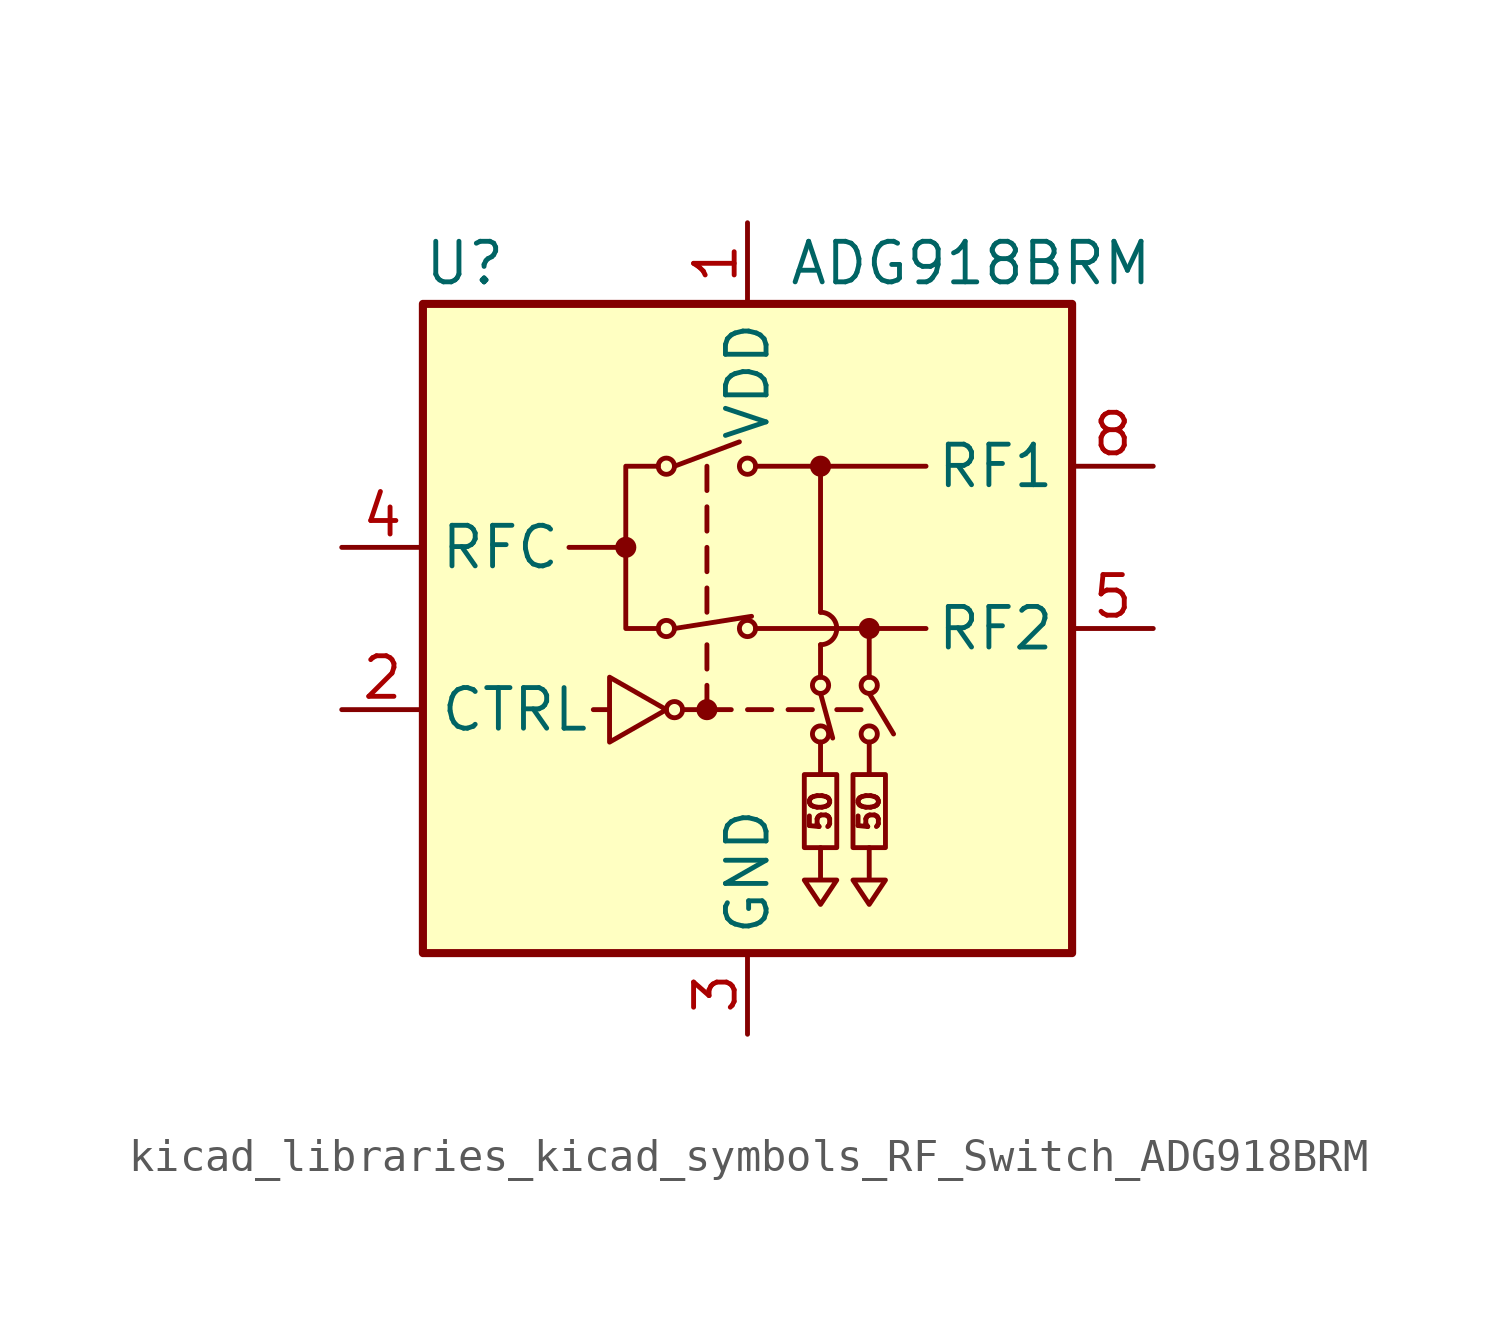
<source format=kicad_sym>
(kicad_symbol_lib
  (version 20220914)
  (generator kicad_symbol_editor)
  (symbol "kicad_libraries_kicad_symbols_RF_Switch_ADG918BRM"
    (property "Reference" "U"
      (at -10.16 11.43 0)
      (effects (font (size 1.27 1.27)) (justify left)))
    (property "Value" "ADG918BRM"
      (at 1.27 11.43 0)
      (effects (font (size 1.27 1.27)) (justify left)))
    (symbol "kicad_libraries_kicad_symbols_RF_Switch_ADG918BRM_0_0"
      (rectangle (start -10.16 10.16) (end 10.16 -10.16) (stroke (width 0.254) (type default)) (fill (type background)))
      (circle (center -3.81 2.54) (radius 0.254) (stroke (width 0) (type default)) (fill (type outline)))
      (circle (center -2.286 -2.54) (radius 0.254) (stroke (width 0) (type default)) (fill (type none)))
      (circle (center -1.27 -2.54) (radius 0.254) (stroke (width 0) (type default)) (fill (type outline)))
      (polyline (pts (xy -4.318 -2.54) (xy -4.826 -2.54)) (stroke (width 0) (type default)) (fill (type none)))
      (polyline (pts (xy -3.81 2.54) (xy -5.588 2.54)) (stroke (width 0) (type default)) (fill (type none)))
      (polyline (pts (xy -1.27 -2.54) (xy -1.27 -1.778)) (stroke (width 0) (type default)) (fill (type none)))
      (polyline (pts (xy -1.27 -1.27) (xy -1.27 -0.508)) (stroke (width 0) (type default)) (fill (type none)))
      (polyline (pts (xy -1.27 1.27) (xy -1.27 0.508)) (stroke (width 0) (type default)) (fill (type none)))
      (polyline (pts (xy -1.27 2.54) (xy -1.27 1.778)) (stroke (width 0) (type default)) (fill (type none)))
      (polyline (pts (xy -1.27 3.81) (xy -1.27 3.048)) (stroke (width 0) (type default)) (fill (type none)))
      (polyline (pts (xy -1.27 5.08) (xy -1.27 4.318)) (stroke (width 0) (type default)) (fill (type none)))
      (polyline (pts (xy -0.508 -2.54) (xy -2.032 -2.54)) (stroke (width 0) (type default)) (fill (type none)))
      (polyline (pts (xy 0 -2.54) (xy 0.762 -2.54)) (stroke (width 0) (type default)) (fill (type none)))
      (polyline (pts (xy 0.254 0) (xy 5.588 0)) (stroke (width 0) (type default)) (fill (type none)))
      (polyline (pts (xy 0.254 5.08) (xy 5.588 5.08)) (stroke (width 0) (type default)) (fill (type none)))
      (polyline (pts (xy 2.032 -2.54) (xy 1.27 -2.54)) (stroke (width 0) (type default)) (fill (type none)))
      (polyline (pts (xy 2.286 0.508) (xy 2.286 5.08)) (stroke (width 0) (type default)) (fill (type none)))
      (polyline (pts (xy 3.556 -2.54) (xy 2.794 -2.54)) (stroke (width 0) (type default)) (fill (type none)))
      (polyline (pts (xy -4.318 -1.524) (xy -4.318 -3.556) (xy -2.54 -2.54) (xy -4.318 -1.524)) (stroke (width 0) (type default)) (fill (type none)))
      (polyline (pts (xy -2.794 0) (xy -3.81 0) (xy -3.81 5.08) (xy -2.794 5.08)) (stroke (width 0) (type default)) (fill (type none)))
      (arc (start 2.286 -0.508) (mid 2.7918 0) (end 2.286 0.508) (stroke (width 0) (type default)) (fill (type none)))
      (text "50" (at 2.286 -5.715 900) (effects (font (size 0.635 0.635))))
      (text "50" (at 3.81 -5.715 900) (effects (font (size 0.635 0.635)))))
    (symbol "kicad_libraries_kicad_symbols_RF_Switch_ADG918BRM_0_1"
      (circle (center -2.54 0) (radius 0.254) (stroke (width 0) (type default)) (fill (type none)))
      (circle (center -2.54 5.08) (radius 0.254) (stroke (width 0) (type default)) (fill (type none)))
      (polyline (pts (xy -2.286 0) (xy 0.127 0.381)) (stroke (width 0) (type default)) (fill (type none)))
      (polyline (pts (xy -2.286 5.08) (xy -0.254 5.842)) (stroke (width 0) (type default)) (fill (type none)))
      (polyline (pts (xy 2.286 -3.556) (xy 2.286 -4.572)) (stroke (width 0) (type default)) (fill (type none)))
      (polyline (pts (xy 2.286 -2.032) (xy 2.667 -3.429)) (stroke (width 0) (type default)) (fill (type none)))
      (polyline (pts (xy 2.286 -0.508) (xy 2.286 -1.524)) (stroke (width 0) (type default)) (fill (type none)))
      (polyline (pts (xy 3.81 -3.556) (xy 3.81 -4.572)) (stroke (width 0) (type default)) (fill (type none)))
      (polyline (pts (xy 3.81 -2.032) (xy 4.572 -3.302)) (stroke (width 0) (type default)) (fill (type none)))
      (polyline (pts (xy 3.81 0) (xy 3.81 -1.524)) (stroke (width 0) (type default)) (fill (type none)))
      (polyline (pts (xy 2.286 -6.858) (xy 2.286 -7.874) (xy 1.778 -7.874) (xy 2.286 -8.636) (xy 2.794 -7.874) (xy 2.286 -7.874)) (stroke (width 0) (type default)) (fill (type none)))
      (polyline (pts (xy 3.81 -6.858) (xy 3.81 -7.874) (xy 3.302 -7.874) (xy 3.81 -8.636) (xy 4.318 -7.874) (xy 3.81 -7.874)) (stroke (width 0) (type default)) (fill (type none)))
      (circle (center 0 0) (radius 0.254) (stroke (width 0) (type default)) (fill (type none)))
      (circle (center 0 5.08) (radius 0.254) (stroke (width 0) (type default)) (fill (type none)))
      (rectangle (start 1.778 -4.572) (end 2.794 -6.858) (stroke (width 0) (type default)) (fill (type none)))
      (circle (center 2.286 -3.302) (radius 0.254) (stroke (width 0) (type default)) (fill (type none)))
      (circle (center 2.286 -1.778) (radius 0.254) (stroke (width 0) (type default)) (fill (type none)))
      (circle (center 2.286 5.08) (radius 0.254) (stroke (width 0) (type default)) (fill (type outline)))
      (rectangle (start 3.302 -4.572) (end 4.318 -6.858) (stroke (width 0) (type default)) (fill (type none)))
      (circle (center 3.81 -3.302) (radius 0.254) (stroke (width 0) (type default)) (fill (type none)))
      (circle (center 3.81 -1.778) (radius 0.254) (stroke (width 0) (type default)) (fill (type none)))
      (circle (center 3.81 0) (radius 0.254) (stroke (width 0) (type default)) (fill (type outline))))
    (symbol "kicad_libraries_kicad_symbols_RF_Switch_ADG918BRM_1_1"
      (pin power_in line (at 0 12.7 270) (length 2.54) (name "VDD" (effects (font (size 1.27 1.27)))) (number "1" (effects (font (size 1.27 1.27)))))
      (pin input line (at -12.7 -2.54 0) (length 2.54) (name "CTRL" (effects (font (size 1.27 1.27)))) (number "2" (effects (font (size 1.27 1.27)))))
      (pin power_in line (at 0 -12.7 90) (length 2.54) (name "GND" (effects (font (size 1.27 1.27)))) (number "3" (effects (font (size 1.27 1.27)))))
      (pin passive line (at -12.7 2.54 0) (length 2.54) (name "RFC" (effects (font (size 1.27 1.27)))) (number "4" (effects (font (size 1.27 1.27)))))
      (pin passive line (at 12.7 0 180) (length 2.54) (name "RF2" (effects (font (size 1.27 1.27)))) (number "5" (effects (font (size 1.27 1.27)))))
      (pin passive line (at 0 -12.7 90) (length 2.54) hide (name "GND" (effects (font (size 1.27 1.27)))) (number "6" (effects (font (size 1.27 1.27)))))
      (pin passive line (at 0 -12.7 90) (length 2.54) hide (name "GND" (effects (font (size 1.27 1.27)))) (number "7" (effects (font (size 1.27 1.27)))))
      (pin passive line (at 12.7 5.08 180) (length 2.54) (name "RF1" (effects (font (size 1.27 1.27)))) (number "8" (effects (font (size 1.27 1.27))))))))
</source>
